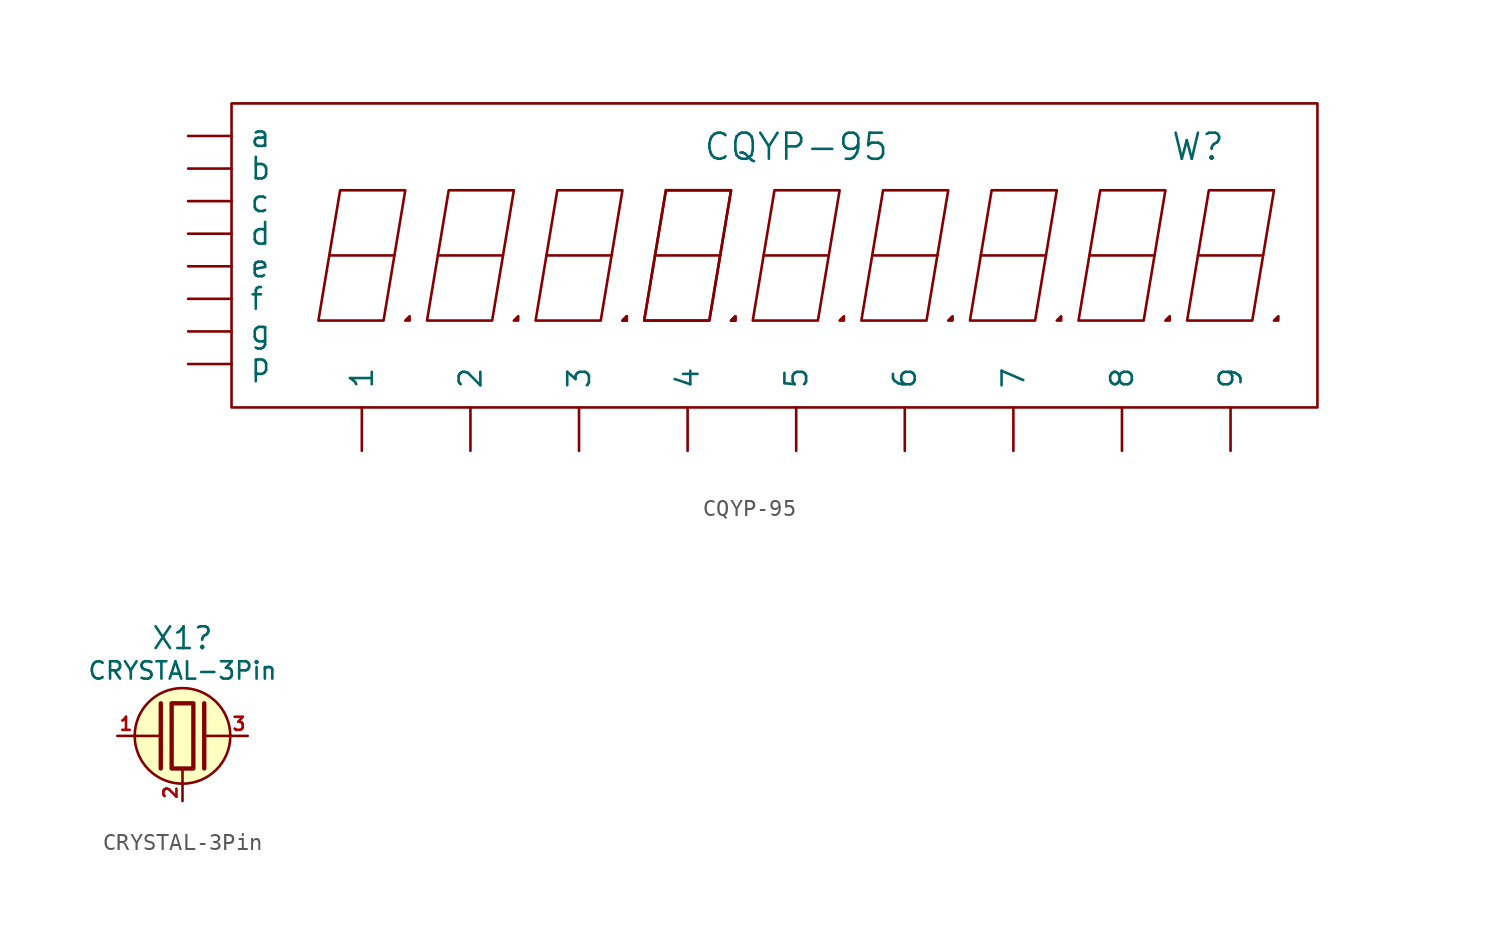
<source format=kicad_sym>
(kicad_symbol_lib
  (version 20231120)
  (generator "kicad_symbol_editor")
  (generator_version "8.0")
  (symbol "CQYP-95"
    (pin_numbers hide)
    (pin_names
      (offset 1.016))
    (property "Reference" "W"
      (at 23.495 6.35 0)
      (effects (font (size 1.524 1.524))))
    (property "Value" "CQYP-95"
      (at 0 6.35 0)
      (effects (font (size 1.524 1.524))))
    (property "Footprint" ""
      (at 0 0 0)
      (effects (font (size 1.524 1.524))))
    (property "Datasheet" ""
      (at 0 0 0)
      (effects (font (size 1.524 1.524))))
    (symbol "CQYP-95_0_1"
      (rectangle (start -33.02 8.89) (end 30.48 -8.89) (stroke (width 0) (type default)) (fill (type none)))
      (polyline (pts (xy -27.305 0) (xy -23.495 0) (xy -23.495 0)) (stroke (width 0) (type default)) (fill (type none)))
      (polyline (pts (xy -20.955 0) (xy -17.145 0) (xy -17.145 0)) (stroke (width 0) (type default)) (fill (type none)))
      (polyline (pts (xy -14.605 0) (xy -10.795 0) (xy -10.795 0)) (stroke (width 0) (type default)) (fill (type none)))
      (polyline (pts (xy -8.255 0) (xy -4.445 0) (xy -4.445 0)) (stroke (width 0) (type default)) (fill (type none)))
      (polyline (pts (xy -1.905 0) (xy 1.905 0) (xy 1.905 0)) (stroke (width 0) (type default)) (fill (type none)))
      (polyline (pts (xy 4.445 0) (xy 8.255 0) (xy 8.255 0)) (stroke (width 0) (type default)) (fill (type none)))
      (polyline (pts (xy 10.795 0) (xy 14.605 0) (xy 14.605 0)) (stroke (width 0) (type default)) (fill (type none)))
      (polyline (pts (xy 17.145 0) (xy 20.955 0) (xy 20.955 0)) (stroke (width 0) (type default)) (fill (type none)))
      (polyline (pts (xy 23.495 0) (xy 27.305 0) (xy 27.305 0)) (stroke (width 0) (type default)) (fill (type none)))
      (polyline (pts (xy -22.86 -3.81) (xy -22.606 -3.81) (xy -22.606 -3.556) (xy -22.86 -3.81) (xy -22.606 -3.81) (xy -22.606 -3.81)) (stroke (width 0) (type default)) (fill (type none)))
      (polyline (pts (xy -22.86 3.81) (xy -24.13 -3.81) (xy -27.94 -3.81) (xy -26.67 3.81) (xy -22.86 3.81) (xy -22.86 3.81)) (stroke (width 0) (type default)) (fill (type none)))
      (polyline (pts (xy -16.51 -3.81) (xy -16.256 -3.81) (xy -16.256 -3.556) (xy -16.51 -3.81) (xy -16.256 -3.81) (xy -16.256 -3.81)) (stroke (width 0) (type default)) (fill (type none)))
      (polyline (pts (xy -16.51 3.81) (xy -17.78 -3.81) (xy -21.59 -3.81) (xy -20.32 3.81) (xy -16.51 3.81) (xy -16.51 3.81)) (stroke (width 0) (type default)) (fill (type none)))
      (polyline (pts (xy -10.16 -3.81) (xy -9.906 -3.81) (xy -9.906 -3.556) (xy -10.16 -3.81) (xy -9.906 -3.81) (xy -9.906 -3.81)) (stroke (width 0) (type default)) (fill (type none)))
      (polyline (pts (xy -10.16 -3.81) (xy -9.906 -3.81) (xy -9.906 -3.556) (xy -10.16 -3.81) (xy -9.906 -3.81) (xy -9.906 -3.81)) (stroke (width 0) (type default)) (fill (type none)))
      (polyline (pts (xy -10.16 3.81) (xy -11.43 -3.81) (xy -15.24 -3.81) (xy -13.97 3.81) (xy -10.16 3.81) (xy -10.16 3.81)) (stroke (width 0) (type default)) (fill (type none)))
      (polyline (pts (xy -3.81 -3.81) (xy -3.556 -3.81) (xy -3.556 -3.556) (xy -3.81 -3.81) (xy -3.556 -3.81) (xy -3.556 -3.81)) (stroke (width 0) (type default)) (fill (type none)))
      (polyline (pts (xy -3.81 -3.81) (xy -3.556 -3.81) (xy -3.556 -3.556) (xy -3.81 -3.81) (xy -3.556 -3.81) (xy -3.556 -3.81)) (stroke (width 0) (type default)) (fill (type none)))
      (polyline (pts (xy -3.81 3.81) (xy -5.08 -3.81) (xy -8.89 -3.81) (xy -7.62 3.81) (xy -3.81 3.81) (xy -3.81 3.81)) (stroke (width 0) (type default)) (fill (type none)))
      (polyline (pts (xy -3.81 3.81) (xy -5.08 -3.81) (xy -8.89 -3.81) (xy -7.62 3.81) (xy -3.81 3.81) (xy -3.81 3.81)) (stroke (width 0) (type default)) (fill (type none)))
      (polyline (pts (xy 2.54 -3.81) (xy 2.794 -3.81) (xy 2.794 -3.556) (xy 2.54 -3.81) (xy 2.794 -3.81) (xy 2.794 -3.81)) (stroke (width 0) (type default)) (fill (type none)))
      (polyline (pts (xy 2.54 3.81) (xy 1.27 -3.81) (xy -2.54 -3.81) (xy -1.27 3.81) (xy 2.54 3.81) (xy 2.54 3.81)) (stroke (width 0) (type default)) (fill (type none)))
      (polyline (pts (xy 8.89 -3.81) (xy 9.144 -3.81) (xy 9.144 -3.556) (xy 8.89 -3.81) (xy 9.144 -3.81) (xy 9.144 -3.81)) (stroke (width 0) (type default)) (fill (type none)))
      (polyline (pts (xy 8.89 3.81) (xy 7.62 -3.81) (xy 3.81 -3.81) (xy 5.08 3.81) (xy 8.89 3.81) (xy 8.89 3.81)) (stroke (width 0) (type default)) (fill (type none)))
      (polyline (pts (xy 15.24 -3.81) (xy 15.494 -3.81) (xy 15.494 -3.556) (xy 15.24 -3.81) (xy 15.494 -3.81) (xy 15.494 -3.81)) (stroke (width 0) (type default)) (fill (type none)))
      (polyline (pts (xy 15.24 3.81) (xy 13.97 -3.81) (xy 10.16 -3.81) (xy 11.43 3.81) (xy 15.24 3.81) (xy 15.24 3.81)) (stroke (width 0) (type default)) (fill (type none)))
      (polyline (pts (xy 21.59 -3.81) (xy 21.844 -3.81) (xy 21.844 -3.556) (xy 21.59 -3.81) (xy 21.844 -3.81) (xy 21.844 -3.81)) (stroke (width 0) (type default)) (fill (type none)))
      (polyline (pts (xy 21.59 3.81) (xy 20.32 -3.81) (xy 16.51 -3.81) (xy 17.78 3.81) (xy 21.59 3.81) (xy 21.59 3.81)) (stroke (width 0) (type default)) (fill (type none)))
      (polyline (pts (xy 27.94 -3.81) (xy 28.194 -3.81) (xy 28.194 -3.556) (xy 27.94 -3.81) (xy 28.194 -3.81) (xy 28.194 -3.81)) (stroke (width 0) (type default)) (fill (type none)))
      (polyline (pts (xy 27.94 3.81) (xy 26.67 -3.81) (xy 22.86 -3.81) (xy 24.13 3.81) (xy 27.94 3.81) (xy 27.94 3.81)) (stroke (width 0) (type default)) (fill (type none))))
    (symbol "CQYP-95_1_1"
      (pin passive line (at -25.4 -11.43 90) (length 2.54) (name "1" (effects (font (size 1.27 1.27)))) (number "1" (effects (font (size 1.27 1.27)))))
      (pin passive line (at -35.56 1.27 0) (length 2.54) (name "d" (effects (font (size 1.27 1.27)))) (number "10" (effects (font (size 1.27 1.27)))))
      (pin passive line (at 6.35 -11.43 90) (length 2.54) (name "6" (effects (font (size 1.27 1.27)))) (number "11" (effects (font (size 1.27 1.27)))))
      (pin passive line (at -35.56 -4.445 0) (length 2.54) (name "g" (effects (font (size 1.27 1.27)))) (number "12" (effects (font (size 1.27 1.27)))))
      (pin passive line (at 12.7 -11.43 90) (length 2.54) (name "7" (effects (font (size 1.27 1.27)))) (number "13" (effects (font (size 1.27 1.27)))))
      (pin passive line (at -35.56 5.08 0) (length 2.54) (name "b" (effects (font (size 1.27 1.27)))) (number "14" (effects (font (size 1.27 1.27)))))
      (pin passive line (at 19.05 -11.43 90) (length 2.54) (name "8" (effects (font (size 1.27 1.27)))) (number "15" (effects (font (size 1.27 1.27)))))
      (pin passive line (at -35.56 -2.54 0) (length 2.54) (name "f" (effects (font (size 1.27 1.27)))) (number "16" (effects (font (size 1.27 1.27)))))
      (pin passive line (at 25.4 -11.43 90) (length 2.54) (name "9" (effects (font (size 1.27 1.27)))) (number "17" (effects (font (size 1.27 1.27)))))
      (pin passive line (at -35.56 3.175 0) (length 2.54) (name "c" (effects (font (size 1.27 1.27)))) (number "2" (effects (font (size 1.27 1.27)))))
      (pin passive line (at -19.05 -11.43 90) (length 2.54) (name "2" (effects (font (size 1.27 1.27)))) (number "3" (effects (font (size 1.27 1.27)))))
      (pin passive line (at -35.56 -6.35 0) (length 2.54) (name "p" (effects (font (size 1.27 1.27)))) (number "4" (effects (font (size 1.27 1.27)))))
      (pin passive line (at -12.7 -11.43 90) (length 2.54) (name "3" (effects (font (size 1.27 1.27)))) (number "5" (effects (font (size 1.27 1.27)))))
      (pin passive line (at -35.56 6.985 0) (length 2.54) (name "a" (effects (font (size 1.27 1.27)))) (number "6" (effects (font (size 1.27 1.27)))))
      (pin passive line (at -6.35 -11.43 90) (length 2.54) (name "4" (effects (font (size 1.27 1.27)))) (number "7" (effects (font (size 1.27 1.27)))))
      (pin passive line (at -35.56 -0.635 0) (length 2.54) (name "e" (effects (font (size 1.27 1.27)))) (number "8" (effects (font (size 1.27 1.27)))))
      (pin passive line (at 0 -11.43 90) (length 2.54) (name "5" (effects (font (size 1.27 1.27)))) (number "9" (effects (font (size 1.27 1.27)))))))
  (symbol "CRYSTAL-3Pin"
    (pin_names
      (offset 1.016) hide)
    (property "Reference" "X1"
      (at 0 5.715 0)
      (effects (font (size 1.27 1.27))))
    (property "Value" "CRYSTAL-3Pin"
      (at 0 3.81 0)
      (effects (font (size 1.016 1.016))))
    (symbol "CRYSTAL-3Pin_0_1"
      (rectangle (start -0.635 1.905) (end 0.635 -1.905) (stroke (width 0.254) (type default)) (fill (type background)))
      (polyline (pts (xy -1.27 0) (xy -2.794 0)) (stroke (width 0.152) (type default)) (fill (type none)))
      (polyline (pts (xy 0 -2.032) (xy 0 -2.794)) (stroke (width 0.152) (type default)) (fill (type none)))
      (polyline (pts (xy 1.27 0) (xy 2.794 0)) (stroke (width 0.152) (type default)) (fill (type none)))
      (polyline (pts (xy -1.27 1.905) (xy -1.27 -1.905) (xy -1.27 -1.905)) (stroke (width 0.254) (type default)) (fill (type none)))
      (polyline (pts (xy 1.27 1.905) (xy 1.27 -1.905) (xy 1.27 -1.905)) (stroke (width 0.254) (type default)) (fill (type none)))
      (circle (center 0 0) (radius 2.794) (stroke (width 0.152) (type default)) (fill (type background))))
    (symbol "CRYSTAL-3Pin_1_1"
      (pin passive line (at -3.81 0 0) (length 1.016) (name "1" (effects (font (size 0.762 0.762)))) (number "1" (effects (font (size 0.762 0.762)))))
      (pin passive line (at 0 -3.81 90) (length 1.016) (name "2" (effects (font (size 0.762 0.762)))) (number "2" (effects (font (size 0.762 0.762)))))
      (pin passive line (at 3.81 0 180) (length 1.016) (name "3" (effects (font (size 0.762 0.762)))) (number "3" (effects (font (size 0.762 0.762))))))))
</source>
